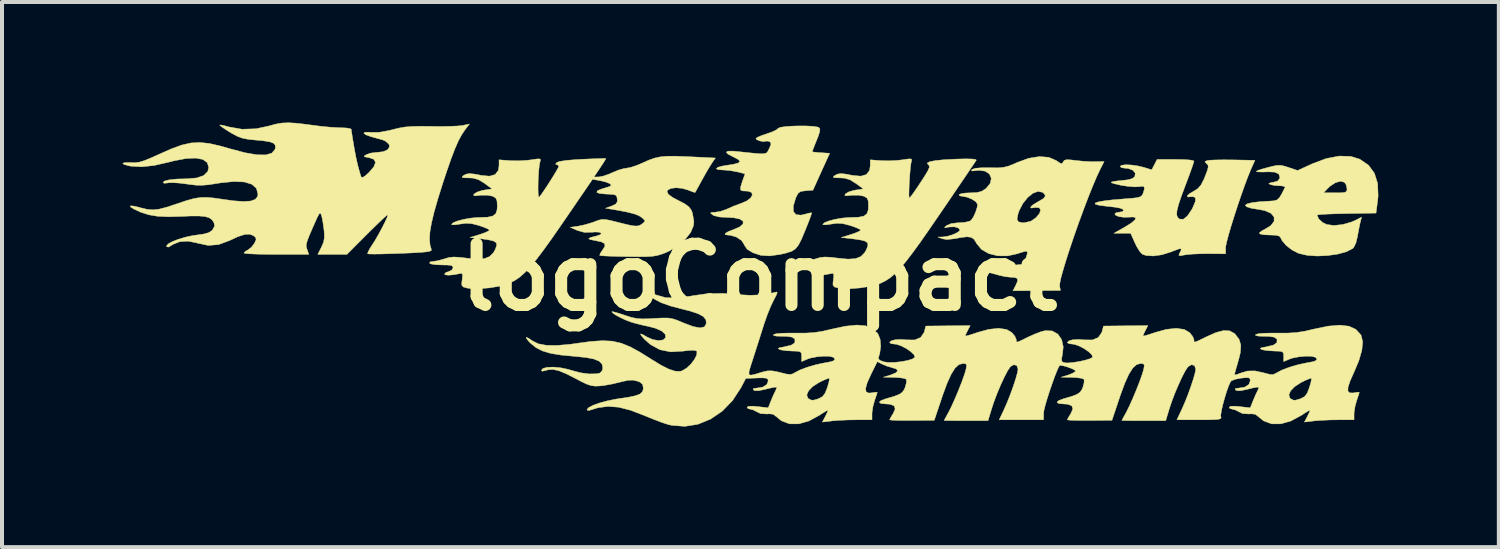
<source format=kicad_pcb>
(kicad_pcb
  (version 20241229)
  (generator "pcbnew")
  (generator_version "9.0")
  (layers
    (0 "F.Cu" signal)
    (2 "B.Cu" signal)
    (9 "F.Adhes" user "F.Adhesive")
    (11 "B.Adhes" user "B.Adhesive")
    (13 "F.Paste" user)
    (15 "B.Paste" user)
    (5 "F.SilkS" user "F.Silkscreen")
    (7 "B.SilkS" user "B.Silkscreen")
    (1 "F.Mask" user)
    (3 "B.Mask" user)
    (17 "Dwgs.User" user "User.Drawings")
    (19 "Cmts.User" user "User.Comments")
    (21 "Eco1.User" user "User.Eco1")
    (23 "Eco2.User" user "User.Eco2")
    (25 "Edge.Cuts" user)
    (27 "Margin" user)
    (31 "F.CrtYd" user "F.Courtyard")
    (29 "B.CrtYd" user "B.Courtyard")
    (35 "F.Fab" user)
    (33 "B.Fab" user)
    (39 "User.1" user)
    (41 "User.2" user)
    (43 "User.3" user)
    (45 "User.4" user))
  (footprint "logoCompact"
    (layer "F.Cu")
    (at 15.853 3.852)
    (property "Reference" "logoCompact" (at 0 0 0) (layer "F.SilkS") (effects (font (size 1.524 1.524) (thickness 0.3))))
    (attr through_hole)
    (fp_poly (pts (xy 14.724 -3.009) (xy 14.944 -2.94) (xy 15.161 -2.792) (xy 15.309 -2.591) (xy 15.389 -2.336) (xy 15.401 -2.027) (xy 15.389 -1.904) (xy 15.349 -1.598) (xy 14.616 -1.586) (xy 14.374 -1.581) (xy 14.165 -1.574) (xy 14.004 -1.566) (xy 13.906 -1.557) (xy 13.882 -1.551) (xy 13.921 -1.453) (xy 14.021 -1.363) (xy 14.123 -1.314) (xy 14.3 -1.29) (xy 14.516 -1.313) (xy 14.739 -1.376) (xy 14.854 -1.427) (xy 14.989 -1.497) (xy 14.957 -1.373) (xy 14.932 -1.256) (xy 14.902 -1.099) (xy 14.887 -1.013) (xy 14.849 -0.857) (xy 14.796 -0.746) (xy 14.771 -0.718) (xy 14.614 -0.637) (xy 14.398 -0.577) (xy 14.146 -0.541) (xy 13.884 -0.529) (xy 13.637 -0.546) (xy 13.431 -0.593) (xy 13.424 -0.595) (xy 13.261 -0.678) (xy 13.114 -0.791) (xy 13.01 -0.913) (xy 12.982 -0.971) (xy 12.946 -1.022) (xy 12.864 -1.046) (xy 12.744 -1.051) (xy 12.56 -1.058) (xy 12.461 -1.078) (xy 12.447 -1.112) (xy 12.516 -1.162) (xy 12.566 -1.186) (xy 12.73 -1.286) (xy 12.811 -1.394) (xy 12.811 -1.5) (xy 12.734 -1.592) (xy 12.58 -1.66) (xy 12.45 -1.685) (xy 12.247 -1.718) (xy 12.13 -1.754) (xy 12.094 -1.791) (xy 12.136 -1.826) (xy 12.255 -1.857) (xy 12.448 -1.881) (xy 12.708 -1.897) (xy 12.813 -1.904) (xy 12.887 -1.927) (xy 12.945 -1.981) (xy 13.006 -2.082) (xy 13.016 -2.102) (xy 14.042 -2.102) (xy 14.335 -2.102) (xy 14.49 -2.104) (xy 14.578 -2.115) (xy 14.617 -2.141) (xy 14.627 -2.189) (xy 14.627 -2.206) (xy 14.601 -2.311) (xy 14.561 -2.365) (xy 14.467 -2.391) (xy 14.34 -2.356) (xy 14.205 -2.267) (xy 14.142 -2.208) (xy 14.042 -2.102) (xy 13.016 -2.102) (xy 13.086 -2.244) (xy 13.058 -2.266) (xy 12.971 -2.277) (xy 12.948 -2.277) (xy 12.819 -2.286) (xy 12.718 -2.308) (xy 12.715 -2.309) (xy 12.679 -2.333) (xy 12.717 -2.352) (xy 12.788 -2.364) (xy 12.9 -2.396) (xy 12.949 -2.458) (xy 12.955 -2.484) (xy 12.93 -2.569) (xy 12.832 -2.617) (xy 12.671 -2.625) (xy 12.653 -2.624) (xy 12.527 -2.62) (xy 12.415 -2.623) (xy 12.369 -2.633) (xy 12.392 -2.654) (xy 12.491 -2.688) (xy 12.612 -2.722) (xy 12.782 -2.766) (xy 12.897 -2.787) (xy 12.99 -2.785) (xy 13.09 -2.761) (xy 13.169 -2.735) (xy 13.398 -2.658) (xy 13.761 -2.825) (xy 14.113 -2.957) (xy 14.436 -3.018) (xy 14.724 -3.009)) (stroke (width 0.01) (type solid)) (fill yes) (layer "F.SilkS"))
    (fp_poly (pts (xy 1.158 -3.767) (xy 1.319 -3.759) (xy 1.436 -3.743) (xy 1.481 -3.728) (xy 1.506 -3.692) (xy 1.5 -3.621) (xy 1.459 -3.497) (xy 1.426 -3.415) (xy 1.37 -3.275) (xy 1.33 -3.171) (xy 1.314 -3.126) (xy 1.314 -3.126) (xy 1.353 -3.117) (xy 1.454 -3.106) (xy 1.532 -3.101) (xy 1.75 -3.087) (xy 1.541 -2.628) (xy 1.333 -2.168) (xy 1.152 -2.154) (xy 1.033 -2.138) (xy 0.965 -2.093) (xy 0.913 -1.995) (xy 0.902 -1.967) (xy 0.844 -1.773) (xy 0.847 -1.636) (xy 0.911 -1.56) (xy 1.034 -1.547) (xy 1.127 -1.568) (xy 1.233 -1.597) (xy 1.296 -1.606) (xy 1.301 -1.604) (xy 1.291 -1.561) (xy 1.253 -1.454) (xy 1.193 -1.3) (xy 1.132 -1.148) (xy 1.045 -0.942) (xy 0.972 -0.801) (xy 0.898 -0.709) (xy 0.806 -0.649) (xy 0.677 -0.607) (xy 0.526 -0.571) (xy 0.259 -0.532) (xy 0.035 -0.546) (xy -0.163 -0.611) (xy -0.305 -0.698) (xy -0.373 -0.799) (xy -0.377 -0.812) (xy -0.442 -0.914) (xy -0.566 -0.998) (xy -0.72 -1.045) (xy -0.789 -1.051) (xy -0.856 -1.063) (xy -0.846 -1.096) (xy -0.767 -1.141) (xy -0.658 -1.182) (xy -0.491 -1.254) (xy -0.408 -1.327) (xy -0.406 -1.394) (xy -0.483 -1.448) (xy -0.635 -1.481) (xy -0.785 -1.489) (xy -0.995 -1.501) (xy -1.134 -1.536) (xy -1.163 -1.553) (xy -1.214 -1.597) (xy -1.198 -1.615) (xy -1.106 -1.619) (xy -1.104 -1.619) (xy -0.968 -1.64) (xy -0.82 -1.691) (xy -0.797 -1.702) (xy -0.64 -1.772) (xy -0.475 -1.833) (xy -0.46 -1.838) (xy -0.312 -1.902) (xy -0.215 -1.977) (xy -0.175 -2.052) (xy -0.196 -2.112) (xy -0.285 -2.144) (xy -0.328 -2.146) (xy -0.426 -2.151) (xy -0.47 -2.178) (xy -0.468 -2.246) (xy -0.428 -2.375) (xy -0.42 -2.399) (xy -0.357 -2.575) (xy -0.548 -2.623) (xy -0.717 -2.655) (xy -0.89 -2.671) (xy -0.92 -2.671) (xy -1.036 -2.681) (xy -1.072 -2.705) (xy -1.034 -2.737) (xy -0.927 -2.768) (xy -0.842 -2.782) (xy -0.64 -2.814) (xy -0.523 -2.846) (xy -0.485 -2.884) (xy -0.524 -2.93) (xy -0.635 -2.99) (xy -0.657 -3) (xy -0.784 -3.067) (xy -0.825 -3.114) (xy -0.784 -3.139) (xy -0.659 -3.141) (xy -0.58 -3.134) (xy -0.309 -3.105) (xy -0.112 -3.085) (xy 0.024 -3.075) (xy 0.112 -3.076) (xy 0.166 -3.09) (xy 0.198 -3.116) (xy 0.221 -3.157) (xy 0.242 -3.199) (xy 0.286 -3.3) (xy 0.281 -3.355) (xy 0.258 -3.375) (xy 0.186 -3.393) (xy 0.164 -3.387) (xy 0.097 -3.378) (xy 0.006 -3.395) (xy -0.068 -3.428) (xy -0.088 -3.454) (xy -0.049 -3.484) (xy 0.051 -3.527) (xy 0.18 -3.571) (xy 0.322 -3.621) (xy 0.427 -3.672) (xy 0.469 -3.709) (xy 0.519 -3.732) (xy 0.635 -3.75) (xy 0.794 -3.762) (xy 0.976 -3.768) (xy 1.158 -3.767)) (stroke (width 0.01) (type solid)) (fill yes) (layer "F.SilkS"))
    (fp_poly (pts (xy 10.571 -2.93) (xy 10.724 -2.919) (xy 10.806 -2.901) (xy 10.817 -2.89) (xy 10.802 -2.835) (xy 10.761 -2.714) (xy 10.7 -2.544) (xy 10.624 -2.341) (xy 10.598 -2.273) (xy 10.497 -2.002) (xy 10.43 -1.8) (xy 10.394 -1.655) (xy 10.388 -1.556) (xy 10.409 -1.492) (xy 10.457 -1.45) (xy 10.461 -1.448) (xy 10.553 -1.445) (xy 10.655 -1.526) (xy 10.763 -1.688) (xy 10.79 -1.739) (xy 10.852 -1.889) (xy 10.854 -1.978) (xy 10.796 -2.008) (xy 10.751 -2.004) (xy 10.663 -1.999) (xy 10.649 -2.027) (xy 10.705 -2.081) (xy 10.812 -2.143) (xy 10.914 -2.208) (xy 10.99 -2.294) (xy 11.059 -2.427) (xy 11.091 -2.504) (xy 11.148 -2.653) (xy 11.172 -2.742) (xy 11.165 -2.794) (xy 11.132 -2.829) (xy 11.089 -2.871) (xy 11.125 -2.898) (xy 11.148 -2.905) (xy 11.223 -2.915) (xy 11.366 -2.921) (xy 11.555 -2.924) (xy 11.772 -2.922) (xy 11.784 -2.922) (xy 12.335 -2.912) (xy 12.23 -2.675) (xy 12.161 -2.506) (xy 12.08 -2.29) (xy 11.992 -2.042) (xy 11.902 -1.777) (xy 11.816 -1.512) (xy 11.738 -1.262) (xy 11.674 -1.043) (xy 11.629 -0.87) (xy 11.606 -0.759) (xy 11.605 -0.741) (xy 11.605 -0.584) (xy 11.178 -0.588) (xy 10.972 -0.585) (xy 10.779 -0.577) (xy 10.63 -0.563) (xy 10.584 -0.556) (xy 10.479 -0.537) (xy 10.441 -0.545) (xy 10.454 -0.589) (xy 10.464 -0.608) (xy 10.498 -0.679) (xy 10.495 -0.711) (xy 10.442 -0.706) (xy 10.327 -0.664) (xy 10.248 -0.632) (xy 10.021 -0.561) (xy 9.805 -0.53) (xy 9.623 -0.542) (xy 9.531 -0.575) (xy 9.47 -0.64) (xy 9.396 -0.757) (xy 9.346 -0.859) (xy 9.241 -1.095) (xy 9.033 -1.096) (xy 8.824 -1.096) (xy 9.098 -1.251) (xy 9.262 -1.354) (xy 9.351 -1.432) (xy 9.364 -1.482) (xy 9.299 -1.502) (xy 9.219 -1.497) (xy 9.07 -1.493) (xy 8.943 -1.512) (xy 8.862 -1.548) (xy 8.846 -1.577) (xy 8.884 -1.61) (xy 8.956 -1.62) (xy 9.038 -1.635) (xy 9.065 -1.663) (xy 9.045 -1.696) (xy 8.974 -1.722) (xy 8.842 -1.746) (xy 8.637 -1.769) (xy 8.458 -1.792) (xy 8.365 -1.818) (xy 8.354 -1.845) (xy 8.425 -1.873) (xy 8.574 -1.901) (xy 8.799 -1.928) (xy 9.099 -1.953) (xy 9.123 -1.955) (xy 9.309 -1.97) (xy 9.427 -1.986) (xy 9.495 -2.011) (xy 9.532 -2.049) (xy 9.55 -2.089) (xy 9.586 -2.205) (xy 9.572 -2.259) (xy 9.502 -2.264) (xy 9.46 -2.256) (xy 9.346 -2.25) (xy 9.182 -2.263) (xy 9.002 -2.29) (xy 8.841 -2.327) (xy 8.759 -2.355) (xy 8.765 -2.372) (xy 8.843 -2.39) (xy 8.975 -2.406) (xy 8.995 -2.407) (xy 9.174 -2.427) (xy 9.283 -2.458) (xy 9.341 -2.503) (xy 9.345 -2.51) (xy 9.356 -2.593) (xy 9.296 -2.664) (xy 9.183 -2.708) (xy 9.101 -2.715) (xy 9.012 -2.729) (xy 8.978 -2.759) (xy 9.017 -2.789) (xy 9.118 -2.801) (xy 9.26 -2.795) (xy 9.42 -2.772) (xy 9.558 -2.739) (xy 9.766 -2.676) (xy 9.833 -2.805) (xy 9.899 -2.934) (xy 10.358 -2.934) (xy 10.571 -2.93)) (stroke (width 0.01) (type solid)) (fill yes) (layer "F.SilkS"))
    (fp_poly (pts (xy 5.304 -2.944) (xy 5.387 -2.931) (xy 5.399 -2.915) (xy 5.369 -2.869) (xy 5.295 -2.759) (xy 5.184 -2.594) (xy 5.041 -2.383) (xy 4.871 -2.133) (xy 4.681 -1.853) (xy 4.5 -1.588) (xy 4.23 -1.195) (xy 4.002 -0.868) (xy 3.808 -0.602) (xy 3.643 -0.387) (xy 3.5 -0.219) (xy 3.374 -0.089) (xy 3.258 0.01) (xy 3.146 0.084) (xy 3.032 0.141) (xy 2.965 0.168) (xy 2.761 0.224) (xy 2.516 0.264) (xy 2.267 0.284) (xy 2.048 0.28) (xy 1.971 0.269) (xy 1.868 0.241) (xy 1.831 0.194) (xy 1.832 0.131) (xy 1.849 -0.006) (xy 1.849 -0.076) (xy 1.828 -0.098) (xy 1.796 -0.094) (xy 1.631 -0.063) (xy 1.498 -0.052) (xy 1.417 -0.062) (xy 1.401 -0.079) (xy 1.439 -0.121) (xy 1.499 -0.139) (xy 1.583 -0.18) (xy 1.612 -0.23) (xy 1.609 -0.271) (xy 1.569 -0.295) (xy 1.473 -0.305) (xy 1.341 -0.307) (xy 1.191 -0.313) (xy 1.078 -0.329) (xy 1.029 -0.35) (xy 1.044 -0.383) (xy 1.109 -0.394) (xy 1.216 -0.409) (xy 1.357 -0.445) (xy 1.403 -0.46) (xy 1.516 -0.493) (xy 1.629 -0.505) (xy 1.774 -0.498) (xy 1.954 -0.476) (xy 2.207 -0.452) (xy 2.393 -0.464) (xy 2.527 -0.517) (xy 2.622 -0.615) (xy 2.662 -0.686) (xy 2.7 -0.787) (xy 2.694 -0.855) (xy 2.632 -0.9) (xy 2.502 -0.932) (xy 2.342 -0.955) (xy 2.036 -0.991) (xy 2.289 -1.068) (xy 2.418 -1.114) (xy 2.501 -1.155) (xy 2.52 -1.179) (xy 2.47 -1.21) (xy 2.362 -1.254) (xy 2.253 -1.291) (xy 2.076 -1.336) (xy 1.929 -1.344) (xy 1.792 -1.325) (xy 1.67 -1.307) (xy 1.592 -1.307) (xy 1.577 -1.316) (xy 1.617 -1.357) (xy 1.722 -1.4) (xy 1.87 -1.44) (xy 2.04 -1.471) (xy 2.209 -1.488) (xy 2.266 -1.489) (xy 2.471 -1.496) (xy 2.603 -1.525) (xy 2.678 -1.583) (xy 2.71 -1.682) (xy 2.715 -1.776) (xy 2.709 -1.902) (xy 2.679 -1.971) (xy 2.611 -2.013) (xy 2.595 -2.019) (xy 2.474 -2.043) (xy 2.323 -2.044) (xy 2.283 -2.04) (xy 2.168 -2.028) (xy 2.125 -2.037) (xy 2.138 -2.07) (xy 2.144 -2.078) (xy 2.218 -2.123) (xy 2.34 -2.161) (xy 2.392 -2.171) (xy 2.587 -2.2) (xy 2.4 -2.337) (xy 2.254 -2.428) (xy 2.115 -2.468) (xy 2.004 -2.474) (xy 1.883 -2.477) (xy 1.837 -2.49) (xy 1.854 -2.517) (xy 1.869 -2.529) (xy 1.94 -2.568) (xy 2.028 -2.581) (xy 2.155 -2.568) (xy 2.32 -2.536) (xy 2.523 -2.517) (xy 2.664 -2.558) (xy 2.742 -2.661) (xy 2.759 -2.777) (xy 2.759 -2.924) (xy 3.033 -2.903) (xy 3.234 -2.899) (xy 3.45 -2.911) (xy 3.56 -2.924) (xy 3.701 -2.945) (xy 3.773 -2.946) (xy 3.794 -2.925) (xy 3.785 -2.895) (xy 3.771 -2.826) (xy 3.756 -2.7) (xy 3.743 -2.54) (xy 3.732 -2.367) (xy 3.725 -2.202) (xy 3.722 -2.068) (xy 3.726 -1.986) (xy 3.732 -1.971) (xy 3.764 -2.005) (xy 3.83 -2.093) (xy 3.917 -2.218) (xy 4.011 -2.36) (xy 4.102 -2.499) (xy 4.174 -2.617) (xy 4.201 -2.666) (xy 4.235 -2.749) (xy 4.214 -2.796) (xy 4.199 -2.806) (xy 4.177 -2.844) (xy 4.239 -2.877) (xy 4.382 -2.905) (xy 4.603 -2.927) (xy 4.891 -2.942) (xy 5.139 -2.948) (xy 5.304 -2.944)) (stroke (width 0.01) (type solid)) (fill yes) (layer "F.SilkS"))
    (fp_poly (pts (xy 7.203 -2.986) (xy 7.391 -2.905) (xy 7.398 -2.899) (xy 7.488 -2.839) (xy 7.534 -2.83) (xy 7.561 -2.869) (xy 7.562 -2.872) (xy 7.589 -2.911) (xy 7.646 -2.927) (xy 7.754 -2.922) (xy 7.857 -2.909) (xy 8.05 -2.889) (xy 8.252 -2.878) (xy 8.352 -2.878) (xy 8.581 -2.882) (xy 8.478 -2.678) (xy 8.391 -2.492) (xy 8.291 -2.255) (xy 8.181 -1.98) (xy 8.067 -1.679) (xy 7.951 -1.364) (xy 7.839 -1.046) (xy 7.735 -0.739) (xy 7.642 -0.453) (xy 7.566 -0.202) (xy 7.509 0.002) (xy 7.478 0.148) (xy 7.473 0.219) (xy 7.494 0.328) (xy 6.903 0.332) (xy 6.311 0.336) (xy 6.374 0.214) (xy 6.427 0.094) (xy 6.42 0.029) (xy 6.346 0.003) (xy 6.27 0) (xy 6.123 -0.015) (xy 5.954 -0.053) (xy 5.898 -0.07) (xy 5.741 -0.112) (xy 5.621 -0.11) (xy 5.561 -0.094) (xy 5.464 -0.072) (xy 5.43 -0.091) (xy 5.459 -0.138) (xy 5.551 -0.18) (xy 5.713 -0.219) (xy 5.952 -0.255) (xy 6.105 -0.274) (xy 6.582 -0.328) (xy 6.639 -0.493) (xy 6.67 -0.594) (xy 6.664 -0.643) (xy 6.606 -0.645) (xy 6.485 -0.608) (xy 6.438 -0.591) (xy 6.183 -0.533) (xy 5.934 -0.534) (xy 5.71 -0.589) (xy 5.528 -0.694) (xy 5.404 -0.844) (xy 5.399 -0.856) (xy 5.344 -0.945) (xy 5.271 -0.995) (xy 5.164 -1.008) (xy 5.002 -0.988) (xy 4.872 -0.962) (xy 4.67 -0.939) (xy 4.552 -0.959) (xy 4.445 -1.002) (xy 4.567 -1.004) (xy 4.685 -1.022) (xy 4.814 -1.061) (xy 4.924 -1.112) (xy 4.987 -1.161) (xy 4.992 -1.177) (xy 4.954 -1.227) (xy 4.858 -1.255) (xy 4.732 -1.253) (xy 4.701 -1.247) (xy 4.618 -1.232) (xy 4.611 -1.246) (xy 4.661 -1.289) (xy 4.772 -1.336) (xy 4.94 -1.357) (xy 4.971 -1.358) (xy 5.114 -1.368) (xy 5.227 -1.394) (xy 5.263 -1.412) (xy 5.291 -1.45) (xy 6.413 -1.45) (xy 6.441 -1.384) (xy 6.533 -1.359) (xy 6.593 -1.358) (xy 6.757 -1.395) (xy 6.882 -1.482) (xy 6.972 -1.587) (xy 6.999 -1.676) (xy 6.965 -1.731) (xy 6.873 -1.738) (xy 6.853 -1.734) (xy 6.766 -1.723) (xy 6.749 -1.747) (xy 6.799 -1.797) (xy 6.912 -1.867) (xy 6.942 -1.884) (xy 7.07 -1.96) (xy 7.118 -2.023) (xy 7.09 -2.082) (xy 7.042 -2.117) (xy 6.934 -2.138) (xy 6.808 -2.091) (xy 6.679 -1.987) (xy 6.561 -1.841) (xy 6.468 -1.665) (xy 6.438 -1.578) (xy 6.413 -1.45) (xy 5.291 -1.45) (xy 5.322 -1.491) (xy 5.38 -1.616) (xy 5.421 -1.746) (xy 5.43 -1.815) (xy 5.393 -1.875) (xy 5.3 -1.94) (xy 5.181 -1.991) (xy 5.067 -2.014) (xy 5.06 -2.014) (xy 4.983 -2.028) (xy 4.971 -2.058) (xy 5.026 -2.082) (xy 5.141 -2.098) (xy 5.254 -2.102) (xy 5.418 -2.11) (xy 5.531 -2.139) (xy 5.629 -2.202) (xy 5.646 -2.215) (xy 5.748 -2.341) (xy 5.772 -2.464) (xy 5.727 -2.569) (xy 5.622 -2.641) (xy 5.466 -2.663) (xy 5.4 -2.657) (xy 5.301 -2.645) (xy 5.275 -2.659) (xy 5.294 -2.684) (xy 5.376 -2.714) (xy 5.542 -2.727) (xy 5.729 -2.727) (xy 5.925 -2.724) (xy 6.068 -2.735) (xy 6.193 -2.765) (xy 6.334 -2.821) (xy 6.416 -2.858) (xy 6.702 -2.962) (xy 6.969 -3.005) (xy 7.203 -2.986)) (stroke (width 0.01) (type solid)) (fill yes) (layer "F.SilkS"))
    (fp_poly (pts (xy -11.533 -3.836) (xy -11.285 -3.807) (xy -11.145 -3.788) (xy -10.921 -3.759) (xy -10.693 -3.737) (xy -10.498 -3.725) (xy -10.434 -3.723) (xy -10.292 -3.717) (xy -10.193 -3.703) (xy -10.16 -3.684) (xy -10.153 -3.627) (xy -10.134 -3.505) (xy -10.107 -3.34) (xy -10.093 -3.257) (xy -10.046 -3) (xy -9.999 -2.792) (xy -9.945 -2.596) (xy -9.914 -2.5) (xy -9.882 -2.482) (xy -9.81 -2.526) (xy -9.719 -2.609) (xy -9.597 -2.751) (xy -9.556 -2.86) (xy -9.596 -2.936) (xy -9.716 -2.978) (xy -9.722 -2.979) (xy -9.82 -2.997) (xy -9.84 -3.015) (xy -9.793 -3.048) (xy -9.78 -3.056) (xy -9.672 -3.092) (xy -9.533 -3.109) (xy -9.514 -3.109) (xy -9.358 -3.128) (xy -9.25 -3.179) (xy -9.206 -3.251) (xy -9.222 -3.312) (xy -9.299 -3.384) (xy -9.375 -3.419) (xy -9.486 -3.45) (xy -9.629 -3.49) (xy -9.667 -3.5) (xy -9.798 -3.547) (xy -9.848 -3.587) (xy -9.818 -3.612) (xy -9.707 -3.612) (xy -9.664 -3.607) (xy -9.462 -3.608) (xy -9.198 -3.658) (xy -9.135 -3.675) (xy -8.976 -3.714) (xy -8.826 -3.74) (xy -8.661 -3.754) (xy -8.456 -3.759) (xy -8.189 -3.757) (xy -8.174 -3.756) (xy -7.934 -3.754) (xy -7.711 -3.758) (xy -7.527 -3.765) (xy -7.404 -3.777) (xy -7.386 -3.78) (xy -7.217 -3.816) (xy -7.33 -3.668) (xy -7.411 -3.547) (xy -7.493 -3.395) (xy -7.578 -3.201) (xy -7.673 -2.953) (xy -7.782 -2.641) (xy -7.876 -2.356) (xy -8.003 -1.952) (xy -8.098 -1.62) (xy -8.163 -1.348) (xy -8.201 -1.128) (xy -8.211 -0.949) (xy -8.198 -0.802) (xy -8.165 -0.689) (xy -8.169 -0.666) (xy -8.206 -0.648) (xy -8.288 -0.633) (xy -8.425 -0.62) (xy -8.627 -0.608) (xy -8.905 -0.596) (xy -8.936 -0.595) (xy -9.191 -0.586) (xy -9.414 -0.58) (xy -9.591 -0.578) (xy -9.709 -0.58) (xy -9.753 -0.585) (xy -9.742 -0.63) (xy -9.693 -0.722) (xy -9.645 -0.796) (xy -9.566 -0.919) (xy -9.48 -1.069) (xy -9.395 -1.226) (xy -9.321 -1.372) (xy -9.269 -1.487) (xy -9.249 -1.551) (xy -9.251 -1.558) (xy -9.285 -1.534) (xy -9.371 -1.457) (xy -9.496 -1.338) (xy -9.651 -1.187) (xy -9.767 -1.071) (xy -10.268 -0.569) (xy -10.994 -0.569) (xy -10.902 -0.75) (xy -10.849 -0.872) (xy -10.828 -0.989) (xy -10.834 -1.14) (xy -10.841 -1.199) (xy -10.863 -1.357) (xy -10.888 -1.491) (xy -10.905 -1.555) (xy -10.93 -1.595) (xy -10.959 -1.578) (xy -11.004 -1.494) (xy -11.031 -1.434) (xy -11.135 -1.2) (xy -11.207 -1.032) (xy -11.252 -0.916) (xy -11.275 -0.837) (xy -11.281 -0.781) (xy -11.272 -0.734) (xy -11.259 -0.693) (xy -11.216 -0.569) (xy -12.023 -0.569) (xy -12.279 -0.571) (xy -12.501 -0.576) (xy -12.676 -0.583) (xy -12.791 -0.592) (xy -12.831 -0.603) (xy -12.796 -0.644) (xy -12.734 -0.679) (xy -12.643 -0.749) (xy -12.57 -0.845) (xy -12.529 -0.935) (xy -12.538 -0.988) (xy -12.59 -1.033) (xy -12.685 -1.072) (xy -12.812 -1.066) (xy -12.985 -1.01) (xy -13.191 -0.914) (xy -13.46 -0.814) (xy -13.72 -0.793) (xy -13.994 -0.851) (xy -14.011 -0.857) (xy -14.22 -0.899) (xy -14.425 -0.887) (xy -14.592 -0.822) (xy -14.612 -0.808) (xy -14.706 -0.752) (xy -14.754 -0.76) (xy -14.758 -0.78) (xy -14.719 -0.829) (xy -14.613 -0.888) (xy -14.461 -0.947) (xy -14.283 -1) (xy -14.1 -1.039) (xy -14.019 -1.05) (xy -13.832 -1.077) (xy -13.711 -1.11) (xy -13.634 -1.157) (xy -13.611 -1.183) (xy -13.56 -1.276) (xy -13.578 -1.361) (xy -13.628 -1.433) (xy -13.698 -1.483) (xy -13.802 -1.513) (xy -13.954 -1.526) (xy -14.168 -1.525) (xy -14.383 -1.515) (xy -14.712 -1.506) (xy -14.976 -1.518) (xy -15.198 -1.555) (xy -15.399 -1.619) (xy -15.562 -1.694) (xy -15.65 -1.748) (xy -15.661 -1.776) (xy -15.597 -1.776) (xy -15.466 -1.748) (xy -15.394 -1.728) (xy -15.239 -1.691) (xy -15.097 -1.679) (xy -14.944 -1.696) (xy -14.757 -1.744) (xy -14.517 -1.823) (xy -14.268 -1.907) (xy -14.073 -1.961) (xy -13.906 -1.987) (xy -13.742 -1.989) (xy -13.554 -1.97) (xy -13.42 -1.95) (xy -13.093 -1.904) (xy -12.843 -1.887) (xy -12.663 -1.898) (xy -12.548 -1.94) (xy -12.491 -2.011) (xy -12.482 -2.071) (xy -12.521 -2.215) (xy -12.634 -2.315) (xy -12.821 -2.372) (xy -13.079 -2.384) (xy -13.406 -2.351) (xy -13.477 -2.34) (xy -13.699 -2.305) (xy -13.871 -2.29) (xy -14.028 -2.293) (xy -14.205 -2.314) (xy -14.26 -2.322) (xy -14.442 -2.345) (xy -14.604 -2.355) (xy -14.716 -2.351) (xy -14.731 -2.348) (xy -14.814 -2.34) (xy -14.846 -2.359) (xy -14.804 -2.398) (xy -14.684 -2.427) (xy -14.496 -2.446) (xy -14.255 -2.452) (xy -14.007 -2.473) (xy -13.832 -2.533) (xy -13.732 -2.632) (xy -13.707 -2.735) (xy -13.745 -2.856) (xy -13.854 -2.934) (xy -14.032 -2.967) (xy -14.273 -2.956) (xy -14.575 -2.899) (xy -14.695 -2.868) (xy -15.066 -2.783) (xy -15.38 -2.75) (xy -15.649 -2.766) (xy -15.711 -2.778) (xy -15.821 -2.811) (xy -15.848 -2.838) (xy -15.796 -2.854) (xy -15.671 -2.856) (xy -15.639 -2.854) (xy -15.533 -2.852) (xy -15.427 -2.868) (xy -15.301 -2.907) (xy -15.134 -2.976) (xy -14.95 -3.059) (xy -14.638 -3.197) (xy -14.378 -3.292) (xy -14.148 -3.344) (xy -13.926 -3.356) (xy -13.688 -3.33) (xy -13.413 -3.267) (xy -13.172 -3.198) (xy -12.806 -3.101) (xy -12.512 -3.05) (xy -12.291 -3.046) (xy -12.14 -3.089) (xy -12.061 -3.178) (xy -12.05 -3.214) (xy -12.05 -3.284) (xy -12.089 -3.334) (xy -12.18 -3.37) (xy -12.337 -3.396) (xy -12.513 -3.413) (xy -12.717 -3.433) (xy -12.866 -3.462) (xy -12.993 -3.508) (xy -13.13 -3.582) (xy -13.178 -3.61) (xy -13.307 -3.692) (xy -13.399 -3.756) (xy -13.434 -3.79) (xy -13.434 -3.791) (xy -13.387 -3.789) (xy -13.284 -3.765) (xy -13.206 -3.743) (xy -12.88 -3.686) (xy -12.529 -3.697) (xy -12.211 -3.766) (xy -12.045 -3.812) (xy -11.891 -3.839) (xy -11.728 -3.847) (xy -11.533 -3.836)) (stroke (width 0.01) (type solid)) (fill yes) (layer "F.SilkS"))
    (fp_poly (pts (xy -1.852 -3.006) (xy -1.723 -3) (xy -1.095 -2.969) (xy -1.176 -2.853) (xy -1.236 -2.758) (xy -1.321 -2.615) (xy -1.412 -2.452) (xy -1.424 -2.431) (xy -1.503 -2.286) (xy -1.564 -2.175) (xy -1.597 -2.117) (xy -1.599 -2.112) (xy -1.64 -2.12) (xy -1.733 -2.154) (xy -1.771 -2.17) (xy -1.923 -2.214) (xy -2.074 -2.228) (xy -2.201 -2.213) (xy -2.282 -2.171) (xy -2.299 -2.13) (xy -2.266 -2.066) (xy -2.163 -1.989) (xy -2.015 -1.911) (xy -1.856 -1.828) (xy -1.758 -1.756) (xy -1.698 -1.676) (xy -1.67 -1.611) (xy -1.631 -1.393) (xy -1.641 -1.284) (xy -1.71 -1.118) (xy -1.845 -0.946) (xy -2.029 -0.786) (xy -2.244 -0.653) (xy -2.343 -0.609) (xy -2.451 -0.569) (xy -2.552 -0.541) (xy -2.663 -0.523) (xy -2.803 -0.514) (xy -2.992 -0.512) (xy -3.247 -0.514) (xy -3.28 -0.514) (xy -3.514 -0.519) (xy -3.715 -0.525) (xy -3.868 -0.532) (xy -3.958 -0.54) (xy -3.975 -0.544) (xy -3.964 -0.588) (xy -3.912 -0.67) (xy -3.901 -0.684) (xy -3.845 -0.774) (xy -3.851 -0.836) (xy -3.927 -0.879) (xy -4.082 -0.913) (xy -4.1 -0.916) (xy -4.216 -0.94) (xy -4.249 -0.964) (xy -4.198 -0.992) (xy -4.062 -1.026) (xy -3.959 -1.061) (xy -3.935 -1.096) (xy -3.98 -1.121) (xy -4.084 -1.128) (xy -4.154 -1.122) (xy -4.354 -1.117) (xy -4.532 -1.166) (xy -4.537 -1.169) (xy -4.708 -1.244) (xy -4.511 -1.272) (xy -4.344 -1.308) (xy -4.162 -1.362) (xy -4.105 -1.383) (xy -4.003 -1.421) (xy -3.921 -1.44) (xy -3.834 -1.439) (xy -3.717 -1.417) (xy -3.544 -1.374) (xy -3.513 -1.366) (xy -3.302 -1.313) (xy -3.157 -1.283) (xy -3.059 -1.275) (xy -2.99 -1.287) (xy -2.932 -1.319) (xy -2.91 -1.336) (xy -2.854 -1.386) (xy -2.86 -1.426) (xy -2.925 -1.486) (xy -3.006 -1.537) (xy -3.132 -1.583) (xy -3.314 -1.628) (xy -3.566 -1.675) (xy -3.657 -1.69) (xy -3.832 -1.719) (xy -3.679 -1.773) (xy -3.574 -1.823) (xy -3.537 -1.883) (xy -3.537 -1.929) (xy -3.548 -2.002) (xy -3.573 -2.042) (xy -3.634 -2.061) (xy -3.752 -2.069) (xy -3.827 -2.072) (xy -3.977 -2.086) (xy -4.047 -2.113) (xy -4.035 -2.151) (xy -3.938 -2.195) (xy -3.917 -2.201) (xy -3.804 -2.236) (xy -3.726 -2.26) (xy -3.687 -2.292) (xy -3.724 -2.332) (xy -3.826 -2.372) (xy -3.951 -2.402) (xy -4.153 -2.44) (xy -4.884 -1.373) (xy -5.14 -1.003) (xy -5.357 -0.7) (xy -5.541 -0.456) (xy -5.699 -0.264) (xy -5.839 -0.116) (xy -5.967 -0.003) (xy -6.09 0.081) (xy -6.215 0.143) (xy -6.275 0.168) (xy -6.479 0.224) (xy -6.724 0.264) (xy -6.974 0.284) (xy -7.192 0.28) (xy -7.27 0.269) (xy -7.372 0.241) (xy -7.409 0.194) (xy -7.408 0.131) (xy -7.391 -0.006) (xy -7.391 -0.076) (xy -7.412 -0.098) (xy -7.445 -0.094) (xy -7.609 -0.063) (xy -7.742 -0.052) (xy -7.823 -0.062) (xy -7.839 -0.079) (xy -7.802 -0.121) (xy -7.741 -0.139) (xy -7.657 -0.18) (xy -7.628 -0.23) (xy -7.631 -0.271) (xy -7.671 -0.295) (xy -7.767 -0.305) (xy -7.899 -0.307) (xy -8.049 -0.313) (xy -8.162 -0.329) (xy -8.211 -0.35) (xy -8.196 -0.383) (xy -8.132 -0.394) (xy -8.024 -0.409) (xy -7.883 -0.445) (xy -7.837 -0.46) (xy -7.725 -0.493) (xy -7.611 -0.505) (xy -7.467 -0.498) (xy -7.287 -0.476) (xy -7.033 -0.452) (xy -6.847 -0.464) (xy -6.714 -0.517) (xy -6.618 -0.615) (xy -6.579 -0.686) (xy -6.54 -0.787) (xy -6.546 -0.855) (xy -6.609 -0.9) (xy -6.738 -0.932) (xy -6.899 -0.955) (xy -7.204 -0.991) (xy -6.952 -1.068) (xy -6.822 -1.114) (xy -6.739 -1.155) (xy -6.72 -1.179) (xy -6.771 -1.21) (xy -6.879 -1.254) (xy -6.987 -1.291) (xy -7.164 -1.336) (xy -7.312 -1.344) (xy -7.448 -1.325) (xy -7.571 -1.307) (xy -7.649 -1.307) (xy -7.664 -1.316) (xy -7.624 -1.357) (xy -7.519 -1.4) (xy -7.37 -1.44) (xy -7.2 -1.471) (xy -7.032 -1.488) (xy -6.974 -1.489) (xy -6.77 -1.496) (xy -6.637 -1.525) (xy -6.562 -1.583) (xy -6.53 -1.682) (xy -6.525 -1.776) (xy -6.532 -1.902) (xy -6.562 -1.971) (xy -6.629 -2.013) (xy -6.646 -2.019) (xy -6.766 -2.043) (xy -6.917 -2.044) (xy -6.957 -2.04) (xy -7.072 -2.028) (xy -7.116 -2.037) (xy -7.103 -2.07) (xy -7.096 -2.078) (xy -7.022 -2.123) (xy -6.9 -2.161) (xy -6.848 -2.171) (xy -6.653 -2.2) (xy -6.84 -2.337) (xy -6.987 -2.428) (xy -7.125 -2.468) (xy -7.236 -2.474) (xy -7.357 -2.477) (xy -7.403 -2.49) (xy -7.387 -2.517) (xy -7.372 -2.529) (xy -7.3 -2.568) (xy -7.213 -2.581) (xy -7.085 -2.568) (xy -6.92 -2.536) (xy -6.717 -2.517) (xy -6.577 -2.558) (xy -6.499 -2.661) (xy -6.481 -2.777) (xy -6.481 -2.924) (xy -6.208 -2.903) (xy -6.006 -2.899) (xy -5.79 -2.911) (xy -5.68 -2.924) (xy -5.539 -2.945) (xy -5.467 -2.946) (xy -5.447 -2.925) (xy -5.455 -2.895) (xy -5.474 -2.816) (xy -5.489 -2.686) (xy -5.501 -2.528) (xy -5.508 -2.36) (xy -5.51 -2.202) (xy -5.506 -2.076) (xy -5.496 -2.002) (xy -5.484 -1.993) (xy -5.435 -2.054) (xy -5.359 -2.164) (xy -5.266 -2.303) (xy -5.171 -2.453) (xy -5.085 -2.592) (xy -5.022 -2.701) (xy -4.993 -2.761) (xy -4.992 -2.765) (xy -5.027 -2.8) (xy -5.045 -2.803) (xy -5.074 -2.816) (xy -5.044 -2.857) (xy -4.973 -2.883) (xy -4.823 -2.907) (xy -4.6 -2.927) (xy -4.411 -2.938) (xy -4.196 -2.947) (xy -4.016 -2.954) (xy -3.887 -2.958) (xy -3.825 -2.958) (xy -3.822 -2.958) (xy -3.839 -2.921) (xy -3.894 -2.833) (xy -3.966 -2.724) (xy -4.119 -2.496) (xy -3.997 -2.498) (xy -3.889 -2.518) (xy -3.744 -2.568) (xy -3.657 -2.607) (xy -3.509 -2.668) (xy -3.373 -2.707) (xy -3.313 -2.715) (xy -3.208 -2.734) (xy -3.06 -2.782) (xy -2.919 -2.842) (xy -2.757 -2.914) (xy -2.616 -2.965) (xy -2.474 -2.997) (xy -2.313 -3.013) (xy -2.112 -3.015) (xy -1.852 -3.006)) (stroke (width 0.01) (type solid)) (fill yes) (layer "F.SilkS"))
    (fp_poly (pts (xy -2.726 0.372) (xy -2.598 0.428) (xy -2.578 0.437) (xy -2.337 0.506) (xy -2.049 0.517) (xy -1.704 0.468) (xy -1.664 0.46) (xy -1.312 0.41) (xy -0.911 0.4) (xy -0.492 0.432) (xy -0.482 0.434) (xy -0.239 0.448) (xy 0.024 0.438) (xy 0.266 0.405) (xy 0.386 0.375) (xy 0.432 0.365) (xy 0.443 0.387) (xy 0.415 0.455) (xy 0.351 0.578) (xy 0.277 0.734) (xy 0.196 0.935) (xy 0.122 1.143) (xy 0.11 1.182) (xy 0.043 1.394) (xy -0.038 1.648) (xy -0.119 1.902) (xy -0.153 2.008) (xy -0.22 2.214) (xy -0.258 2.346) (xy -0.259 2.417) (xy -0.216 2.437) (xy -0.12 2.418) (xy 0.034 2.371) (xy 0.077 2.358) (xy 0.202 2.329) (xy 0.319 2.329) (xy 0.466 2.357) (xy 0.524 2.372) (xy 0.674 2.409) (xy 0.769 2.419) (xy 0.835 2.402) (xy 0.873 2.379) (xy 1.004 2.31) (xy 1.191 2.239) (xy 1.403 2.177) (xy 1.611 2.132) (xy 1.656 2.125) (xy 1.81 2.094) (xy 1.878 2.056) (xy 1.861 2.008) (xy 1.834 1.99) (xy 1.744 1.967) (xy 1.6 1.964) (xy 1.436 1.979) (xy 1.282 2.008) (xy 1.205 2.033) (xy 1.051 2.098) (xy 1.051 1.968) (xy 1.046 1.893) (xy 1.017 1.855) (xy 0.942 1.84) (xy 0.821 1.836) (xy 0.671 1.828) (xy 0.547 1.81) (xy 0.504 1.798) (xy 0.467 1.774) (xy 0.499 1.754) (xy 0.607 1.733) (xy 0.623 1.73) (xy 0.795 1.688) (xy 0.882 1.629) (xy 0.885 1.551) (xy 0.875 1.531) (xy 0.813 1.49) (xy 0.684 1.471) (xy 0.572 1.469) (xy 0.42 1.464) (xy 0.351 1.448) (xy 0.354 1.425) (xy 0.418 1.405) (xy 0.555 1.393) (xy 0.749 1.388) (xy 0.887 1.389) (xy 1.152 1.389) (xy 1.37 1.375) (xy 1.578 1.342) (xy 1.801 1.29) (xy 2.145 1.217) (xy 2.423 1.189) (xy 2.642 1.207) (xy 2.81 1.273) (xy 2.937 1.388) (xy 2.953 1.411) (xy 3.005 1.544) (xy 3.02 1.717) (xy 2.996 1.893) (xy 2.98 1.943) (xy 2.961 2.019) (xy 2.991 2.063) (xy 3.088 2.102) (xy 3.09 2.103) (xy 3.204 2.12) (xy 3.358 2.119) (xy 3.527 2.101) (xy 3.685 2.072) (xy 3.808 2.034) (xy 3.87 1.992) (xy 3.871 1.988) (xy 3.851 1.93) (xy 3.773 1.854) (xy 3.66 1.775) (xy 3.534 1.709) (xy 3.419 1.669) (xy 3.376 1.664) (xy 3.282 1.653) (xy 3.241 1.626) (xy 3.241 1.625) (xy 3.28 1.582) (xy 3.383 1.554) (xy 3.527 1.547) (xy 3.665 1.558) (xy 3.867 1.56) (xy 4.013 1.499) (xy 4.099 1.374) (xy 4.108 1.344) (xy 4.141 1.214) (xy 4.694 1.208) (xy 5.248 1.202) (xy 5.186 1.321) (xy 5.142 1.411) (xy 5.124 1.461) (xy 5.124 1.461) (xy 5.161 1.457) (xy 5.261 1.429) (xy 5.401 1.383) (xy 5.419 1.376) (xy 5.708 1.296) (xy 5.956 1.27) (xy 6.154 1.299) (xy 6.286 1.377) (xy 6.36 1.469) (xy 6.394 1.548) (xy 6.394 1.553) (xy 6.395 1.594) (xy 6.409 1.612) (xy 6.452 1.602) (xy 6.541 1.561) (xy 6.691 1.487) (xy 6.855 1.413) (xy 7.012 1.354) (xy 7.114 1.328) (xy 7.29 1.336) (xy 7.43 1.415) (xy 7.524 1.552) (xy 7.563 1.732) (xy 7.545 1.907) (xy 7.522 2.028) (xy 7.528 2.091) (xy 7.567 2.121) (xy 7.583 2.126) (xy 7.671 2.133) (xy 7.806 2.121) (xy 7.961 2.097) (xy 8.111 2.063) (xy 8.23 2.027) (xy 8.292 1.993) (xy 8.294 1.988) (xy 8.275 1.93) (xy 8.197 1.854) (xy 8.083 1.775) (xy 7.957 1.709) (xy 7.842 1.669) (xy 7.799 1.664) (xy 7.705 1.653) (xy 7.664 1.626) (xy 7.664 1.625) (xy 7.703 1.582) (xy 7.806 1.554) (xy 7.95 1.547) (xy 8.088 1.558) (xy 8.29 1.56) (xy 8.436 1.499) (xy 8.522 1.374) (xy 8.531 1.344) (xy 8.565 1.214) (xy 9.118 1.208) (xy 9.671 1.202) (xy 9.609 1.321) (xy 9.565 1.411) (xy 9.547 1.461) (xy 9.547 1.461) (xy 9.585 1.457) (xy 9.684 1.429) (xy 9.824 1.383) (xy 9.842 1.376) (xy 10.131 1.296) (xy 10.379 1.27) (xy 10.577 1.299) (xy 10.709 1.377) (xy 10.783 1.469) (xy 10.817 1.548) (xy 10.817 1.553) (xy 10.818 1.594) (xy 10.831 1.612) (xy 10.874 1.602) (xy 10.962 1.562) (xy 11.113 1.488) (xy 11.119 1.485) (xy 11.363 1.376) (xy 11.555 1.326) (xy 11.703 1.333) (xy 11.82 1.395) (xy 11.841 1.414) (xy 11.941 1.545) (xy 11.984 1.691) (xy 11.972 1.874) (xy 11.934 2.03) (xy 11.891 2.184) (xy 11.854 2.311) (xy 11.836 2.376) (xy 11.829 2.422) (xy 11.859 2.429) (xy 11.945 2.398) (xy 11.971 2.387) (xy 12.151 2.333) (xy 12.335 2.33) (xy 12.555 2.378) (xy 12.575 2.384) (xy 12.706 2.418) (xy 12.789 2.421) (xy 12.856 2.39) (xy 12.87 2.381) (xy 13.003 2.311) (xy 13.192 2.239) (xy 13.407 2.176) (xy 13.616 2.131) (xy 13.655 2.125) (xy 13.809 2.094) (xy 13.877 2.056) (xy 13.86 2.008) (xy 13.834 1.99) (xy 13.743 1.967) (xy 13.6 1.964) (xy 13.435 1.979) (xy 13.281 2.008) (xy 13.204 2.033) (xy 13.05 2.098) (xy 13.05 1.968) (xy 13.046 1.893) (xy 13.017 1.855) (xy 12.942 1.84) (xy 12.82 1.836) (xy 12.671 1.828) (xy 12.546 1.81) (xy 12.503 1.798) (xy 12.466 1.774) (xy 12.498 1.754) (xy 12.606 1.733) (xy 12.622 1.73) (xy 12.794 1.688) (xy 12.881 1.629) (xy 12.885 1.551) (xy 12.874 1.531) (xy 12.812 1.49) (xy 12.683 1.471) (xy 12.571 1.469) (xy 12.419 1.464) (xy 12.351 1.448) (xy 12.353 1.425) (xy 12.417 1.405) (xy 12.554 1.393) (xy 12.749 1.388) (xy 12.887 1.389) (xy 13.152 1.389) (xy 13.369 1.375) (xy 13.578 1.342) (xy 13.801 1.29) (xy 14.158 1.216) (xy 14.448 1.191) (xy 14.676 1.218) (xy 14.847 1.296) (xy 14.966 1.426) (xy 14.979 1.449) (xy 15.017 1.605) (xy 14.996 1.818) (xy 14.92 2.082) (xy 14.803 2.358) (xy 14.704 2.58) (xy 14.653 2.735) (xy 14.649 2.832) (xy 14.692 2.877) (xy 14.782 2.879) (xy 14.803 2.875) (xy 14.894 2.861) (xy 14.933 2.864) (xy 14.933 2.864) (xy 14.92 2.911) (xy 14.887 3.011) (xy 14.868 3.066) (xy 14.826 3.219) (xy 14.803 3.368) (xy 14.802 3.399) (xy 14.802 3.547) (xy 14.419 3.548) (xy 14.208 3.551) (xy 13.997 3.56) (xy 13.826 3.573) (xy 13.801 3.576) (xy 13.567 3.604) (xy 13.637 3.468) (xy 13.684 3.372) (xy 13.707 3.315) (xy 13.707 3.312) (xy 13.675 3.322) (xy 13.59 3.372) (xy 13.492 3.436) (xy 13.229 3.578) (xy 12.978 3.649) (xy 12.748 3.648) (xy 12.55 3.574) (xy 12.439 3.484) (xy 12.343 3.409) (xy 12.231 3.398) (xy 12.196 3.403) (xy 12.027 3.393) (xy 11.95 3.355) (xy 11.847 3.302) (xy 11.771 3.284) (xy 11.705 3.262) (xy 11.693 3.236) (xy 11.729 3.211) (xy 11.842 3.208) (xy 11.956 3.219) (xy 12.219 3.249) (xy 12.285 3.081) (xy 12.34 2.952) (xy 12.352 2.926) (xy 13.18 2.926) (xy 13.204 3.005) (xy 13.227 3.024) (xy 13.286 3.056) (xy 13.343 3.06) (xy 13.432 3.035) (xy 13.479 3.018) (xy 13.571 2.97) (xy 13.635 2.886) (xy 13.687 2.753) (xy 13.725 2.627) (xy 13.742 2.539) (xy 13.74 2.514) (xy 13.694 2.523) (xy 13.595 2.564) (xy 13.484 2.618) (xy 13.328 2.719) (xy 13.223 2.826) (xy 13.18 2.926) (xy 12.352 2.926) (xy 12.389 2.847) (xy 12.398 2.831) (xy 12.428 2.76) (xy 12.427 2.735) (xy 12.38 2.736) (xy 12.273 2.757) (xy 12.156 2.786) (xy 11.988 2.822) (xy 11.888 2.823) (xy 11.853 2.806) (xy 11.844 2.771) (xy 11.914 2.759) (xy 11.928 2.759) (xy 12.083 2.734) (xy 12.185 2.666) (xy 12.218 2.576) (xy 12.211 2.523) (xy 12.174 2.5) (xy 12.087 2.501) (xy 11.992 2.511) (xy 11.856 2.536) (xy 11.758 2.572) (xy 11.731 2.594) (xy 11.686 2.689) (xy 11.633 2.835) (xy 11.58 3.007) (xy 11.533 3.18) (xy 11.499 3.331) (xy 11.484 3.434) (xy 11.486 3.457) (xy 11.492 3.494) (xy 11.478 3.519) (xy 11.43 3.535) (xy 11.335 3.543) (xy 11.18 3.547) (xy 10.951 3.547) (xy 10.392 3.547) (xy 10.511 3.295) (xy 10.59 3.116) (xy 10.671 2.912) (xy 10.745 2.705) (xy 10.807 2.516) (xy 10.848 2.367) (xy 10.861 2.286) (xy 10.831 2.199) (xy 10.76 2.175) (xy 10.675 2.221) (xy 10.669 2.228) (xy 10.604 2.323) (xy 10.521 2.481) (xy 10.43 2.679) (xy 10.338 2.896) (xy 10.257 3.112) (xy 10.207 3.263) (xy 10.114 3.569) (xy 9.568 3.569) (xy 9.361 3.569) (xy 9.19 3.568) (xy 9.071 3.566) (xy 9.022 3.564) (xy 9.021 3.564) (xy 9.041 3.526) (xy 9.09 3.436) (xy 9.128 3.367) (xy 9.203 3.218) (xy 9.291 3.022) (xy 9.382 2.806) (xy 9.465 2.594) (xy 9.53 2.411) (xy 9.567 2.284) (xy 9.581 2.189) (xy 9.555 2.152) (xy 9.487 2.146) (xy 9.389 2.173) (xy 9.294 2.26) (xy 9.197 2.413) (xy 9.095 2.638) (xy 8.983 2.941) (xy 8.963 3.002) (xy 8.776 3.56) (xy 8.22 3.565) (xy 8.011 3.565) (xy 7.838 3.562) (xy 7.717 3.556) (xy 7.665 3.548) (xy 7.664 3.547) (xy 7.686 3.5) (xy 7.74 3.411) (xy 7.75 3.396) (xy 7.802 3.279) (xy 7.777 3.2) (xy 7.674 3.16) (xy 7.571 3.153) (xy 7.448 3.141) (xy 7.407 3.111) (xy 7.449 3.069) (xy 7.572 3.023) (xy 7.587 3.019) (xy 7.779 2.963) (xy 7.904 2.914) (xy 7.982 2.861) (xy 8.029 2.792) (xy 8.053 2.735) (xy 8.082 2.625) (xy 8.083 2.547) (xy 8.08 2.54) (xy 8.025 2.516) (xy 7.909 2.499) (xy 7.782 2.492) (xy 7.511 2.487) (xy 7.683 2.434) (xy 7.795 2.39) (xy 7.863 2.346) (xy 7.871 2.334) (xy 7.841 2.304) (xy 7.756 2.265) (xy 7.647 2.226) (xy 7.544 2.199) (xy 7.478 2.194) (xy 7.469 2.199) (xy 7.424 2.288) (xy 7.363 2.438) (xy 7.294 2.627) (xy 7.224 2.832) (xy 7.16 3.031) (xy 7.11 3.204) (xy 7.081 3.326) (xy 7.077 3.36) (xy 7.073 3.547) (xy 6.521 3.547) (xy 5.969 3.547) (xy 6.088 3.295) (xy 6.167 3.116) (xy 6.248 2.912) (xy 6.322 2.705) (xy 6.384 2.516) (xy 6.425 2.367) (xy 6.438 2.286) (xy 6.408 2.199) (xy 6.337 2.175) (xy 6.252 2.221) (xy 6.246 2.228) (xy 6.181 2.323) (xy 6.098 2.481) (xy 6.006 2.679) (xy 5.915 2.896) (xy 5.834 3.112) (xy 5.784 3.263) (xy 5.691 3.569) (xy 5.145 3.569) (xy 4.938 3.569) (xy 4.766 3.568) (xy 4.648 3.566) (xy 4.599 3.564) (xy 4.598 3.564) (xy 4.618 3.526) (xy 4.667 3.436) (xy 4.705 3.367) (xy 4.78 3.218) (xy 4.868 3.022) (xy 4.959 2.806) (xy 5.042 2.594) (xy 5.107 2.411) (xy 5.144 2.284) (xy 5.158 2.189) (xy 5.132 2.152) (xy 5.064 2.146) (xy 4.966 2.173) (xy 4.871 2.26) (xy 4.774 2.413) (xy 4.672 2.638) (xy 4.56 2.941) (xy 4.54 3.002) (xy 4.353 3.56) (xy 3.797 3.565) (xy 3.588 3.565) (xy 3.415 3.562) (xy 3.294 3.556) (xy 3.242 3.548) (xy 3.241 3.547) (xy 3.263 3.5) (xy 3.316 3.411) (xy 3.327 3.396) (xy 3.379 3.279) (xy 3.354 3.2) (xy 3.251 3.16) (xy 3.148 3.153) (xy 3.025 3.141) (xy 2.984 3.111) (xy 3.026 3.069) (xy 3.149 3.023) (xy 3.164 3.019) (xy 3.356 2.963) (xy 3.481 2.914) (xy 3.558 2.861) (xy 3.606 2.792) (xy 3.629 2.735) (xy 3.659 2.625) (xy 3.66 2.547) (xy 3.657 2.54) (xy 3.602 2.516) (xy 3.486 2.499) (xy 3.359 2.492) (xy 3.087 2.487) (xy 3.26 2.434) (xy 3.393 2.38) (xy 3.443 2.328) (xy 3.409 2.283) (xy 3.32 2.254) (xy 3.176 2.212) (xy 3.055 2.161) (xy 2.934 2.1) (xy 2.774 2.424) (xy 2.682 2.629) (xy 2.643 2.771) (xy 2.657 2.853) (xy 2.725 2.882) (xy 2.803 2.875) (xy 2.895 2.861) (xy 2.934 2.864) (xy 2.934 2.864) (xy 2.921 2.911) (xy 2.887 3.011) (xy 2.868 3.066) (xy 2.826 3.219) (xy 2.804 3.368) (xy 2.803 3.399) (xy 2.803 3.547) (xy 2.42 3.548) (xy 2.209 3.551) (xy 1.998 3.56) (xy 1.827 3.573) (xy 1.802 3.576) (xy 1.567 3.604) (xy 1.638 3.468) (xy 1.685 3.372) (xy 1.708 3.315) (xy 1.708 3.312) (xy 1.675 3.322) (xy 1.59 3.372) (xy 1.492 3.436) (xy 1.23 3.578) (xy 0.978 3.649) (xy 0.749 3.648) (xy 0.55 3.574) (xy 0.44 3.484) (xy 0.344 3.409) (xy 0.232 3.398) (xy 0.196 3.403) (xy 0.028 3.393) (xy -0.05 3.355) (xy -0.153 3.302) (xy -0.229 3.284) (xy -0.294 3.262) (xy -0.307 3.236) (xy -0.27 3.211) (xy -0.157 3.208) (xy -0.043 3.219) (xy 0.22 3.249) (xy 0.286 3.081) (xy 0.34 2.952) (xy 0.353 2.926) (xy 1.18 2.926) (xy 1.205 3.005) (xy 1.228 3.024) (xy 1.287 3.056) (xy 1.343 3.06) (xy 1.433 3.035) (xy 1.48 3.018) (xy 1.571 2.97) (xy 1.635 2.886) (xy 1.688 2.753) (xy 1.725 2.627) (xy 1.743 2.539) (xy 1.741 2.514) (xy 1.695 2.523) (xy 1.595 2.564) (xy 1.485 2.618) (xy 1.328 2.719) (xy 1.224 2.826) (xy 1.18 2.926) (xy 0.353 2.926) (xy 0.39 2.847) (xy 0.398 2.831) (xy 0.429 2.76) (xy 0.428 2.735) (xy 0.381 2.736) (xy 0.274 2.757) (xy 0.156 2.786) (xy -0.011 2.822) (xy -0.112 2.823) (xy -0.146 2.806) (xy -0.155 2.771) (xy -0.085 2.759) (xy -0.072 2.759) (xy 0.081 2.735) (xy 0.184 2.67) (xy 0.219 2.582) (xy 0.21 2.536) (xy 0.172 2.512) (xy 0.083 2.504) (xy -0.06 2.507) (xy -0.339 2.518) (xy -0.461 2.751) (xy -0.67 3.071) (xy -0.924 3.332) (xy -1.214 3.53) (xy -1.528 3.658) (xy -1.855 3.711) (xy -2.186 3.685) (xy -2.285 3.661) (xy -2.421 3.616) (xy -2.604 3.547) (xy -2.8 3.468) (xy -2.86 3.443) (xy -3.204 3.311) (xy -3.5 3.235) (xy -3.764 3.214) (xy -4.014 3.246) (xy -4.215 3.308) (xy -4.278 3.314) (xy -4.292 3.295) (xy -4.251 3.245) (xy -4.142 3.187) (xy -3.981 3.129) (xy -3.786 3.076) (xy -3.575 3.033) (xy -3.503 3.022) (xy -3.256 2.985) (xy -3.084 2.948) (xy -2.974 2.906) (xy -2.914 2.853) (xy -2.892 2.785) (xy -2.89 2.757) (xy -2.906 2.667) (xy -2.97 2.612) (xy -3.042 2.584) (xy -3.149 2.56) (xy -3.265 2.564) (xy -3.421 2.597) (xy -3.469 2.61) (xy -3.659 2.655) (xy -3.857 2.691) (xy -3.971 2.705) (xy -4.088 2.709) (xy -4.19 2.696) (xy -4.302 2.658) (xy -4.449 2.587) (xy -4.563 2.526) (xy -4.803 2.404) (xy -4.987 2.328) (xy -5.131 2.295) (xy -5.25 2.3) (xy -5.313 2.318) (xy -5.396 2.338) (xy -5.43 2.325) (xy -5.391 2.271) (xy -5.286 2.242) (xy -5.133 2.235) (xy -4.951 2.252) (xy -4.759 2.292) (xy -4.664 2.321) (xy -4.448 2.378) (xy -4.234 2.406) (xy -4.051 2.402) (xy -3.967 2.382) (xy -3.913 2.322) (xy -3.898 2.252) (xy -3.919 2.159) (xy -3.99 2.088) (xy -4.119 2.035) (xy -4.316 1.997) (xy -4.59 1.969) (xy -4.61 1.967) (xy -4.939 1.936) (xy -5.196 1.894) (xy -5.397 1.834) (xy -5.557 1.753) (xy -5.692 1.645) (xy -5.734 1.603) (xy -5.801 1.521) (xy -5.802 1.493) (xy -5.742 1.52) (xy -5.649 1.584) (xy -5.504 1.656) (xy -5.304 1.693) (xy -5.042 1.697) (xy -4.709 1.668) (xy -4.526 1.642) (xy -4.183 1.596) (xy -3.903 1.578) (xy -3.663 1.59) (xy -3.442 1.64) (xy -3.218 1.73) (xy -2.969 1.866) (xy -2.705 2.031) (xy -2.451 2.187) (xy -2.251 2.288) (xy -2.095 2.338) (xy -1.972 2.341) (xy -1.922 2.327) (xy -1.812 2.261) (xy -1.704 2.16) (xy -1.616 2.044) (xy -1.561 1.934) (xy -1.554 1.851) (xy -1.566 1.833) (xy -1.634 1.816) (xy -1.773 1.822) (xy -1.898 1.838) (xy -2.21 1.857) (xy -2.479 1.802) (xy -2.717 1.671) (xy -2.866 1.537) (xy -2.946 1.445) (xy -2.96 1.408) (xy -2.906 1.424) (xy -2.793 1.489) (xy -2.651 1.551) (xy -2.51 1.575) (xy -2.396 1.559) (xy -2.334 1.504) (xy -2.344 1.419) (xy -2.43 1.338) (xy -2.585 1.269) (xy -2.749 1.226) (xy -2.932 1.186) (xy -3.116 1.138) (xy -3.197 1.114) (xy -3.327 1.065) (xy -3.46 1.003) (xy -3.577 0.94) (xy -3.655 0.886) (xy -3.673 0.855) (xy -3.627 0.861) (xy -3.52 0.89) (xy -3.374 0.937) (xy -3.35 0.946) (xy -3.191 0.997) (xy -3.057 1.025) (xy -2.916 1.036) (xy -2.735 1.031) (xy -2.625 1.024) (xy -2.425 1.013) (xy -2.283 1.013) (xy -2.169 1.03) (xy -2.053 1.067) (xy -1.904 1.129) (xy -1.889 1.136) (xy -1.65 1.226) (xy -1.477 1.259) (xy -1.368 1.234) (xy -1.322 1.152) (xy -1.332 1.056) (xy -1.399 0.975) (xy -1.531 0.904) (xy -1.737 0.837) (xy -1.901 0.796) (xy -2.212 0.715) (xy -2.447 0.632) (xy -2.618 0.541) (xy -2.733 0.443) (xy -2.785 0.38) (xy -2.786 0.356) (xy -2.726 0.372)) (stroke (width 0.01) (type solid)) (fill yes) (layer "F.SilkS")))
  (gr_rect
    (start -3 -3)
    (end 34.259 10.569)
    (stroke (width 0.1) (type default))
    (fill no)
    (layer "Edge.Cuts")))
</source>
